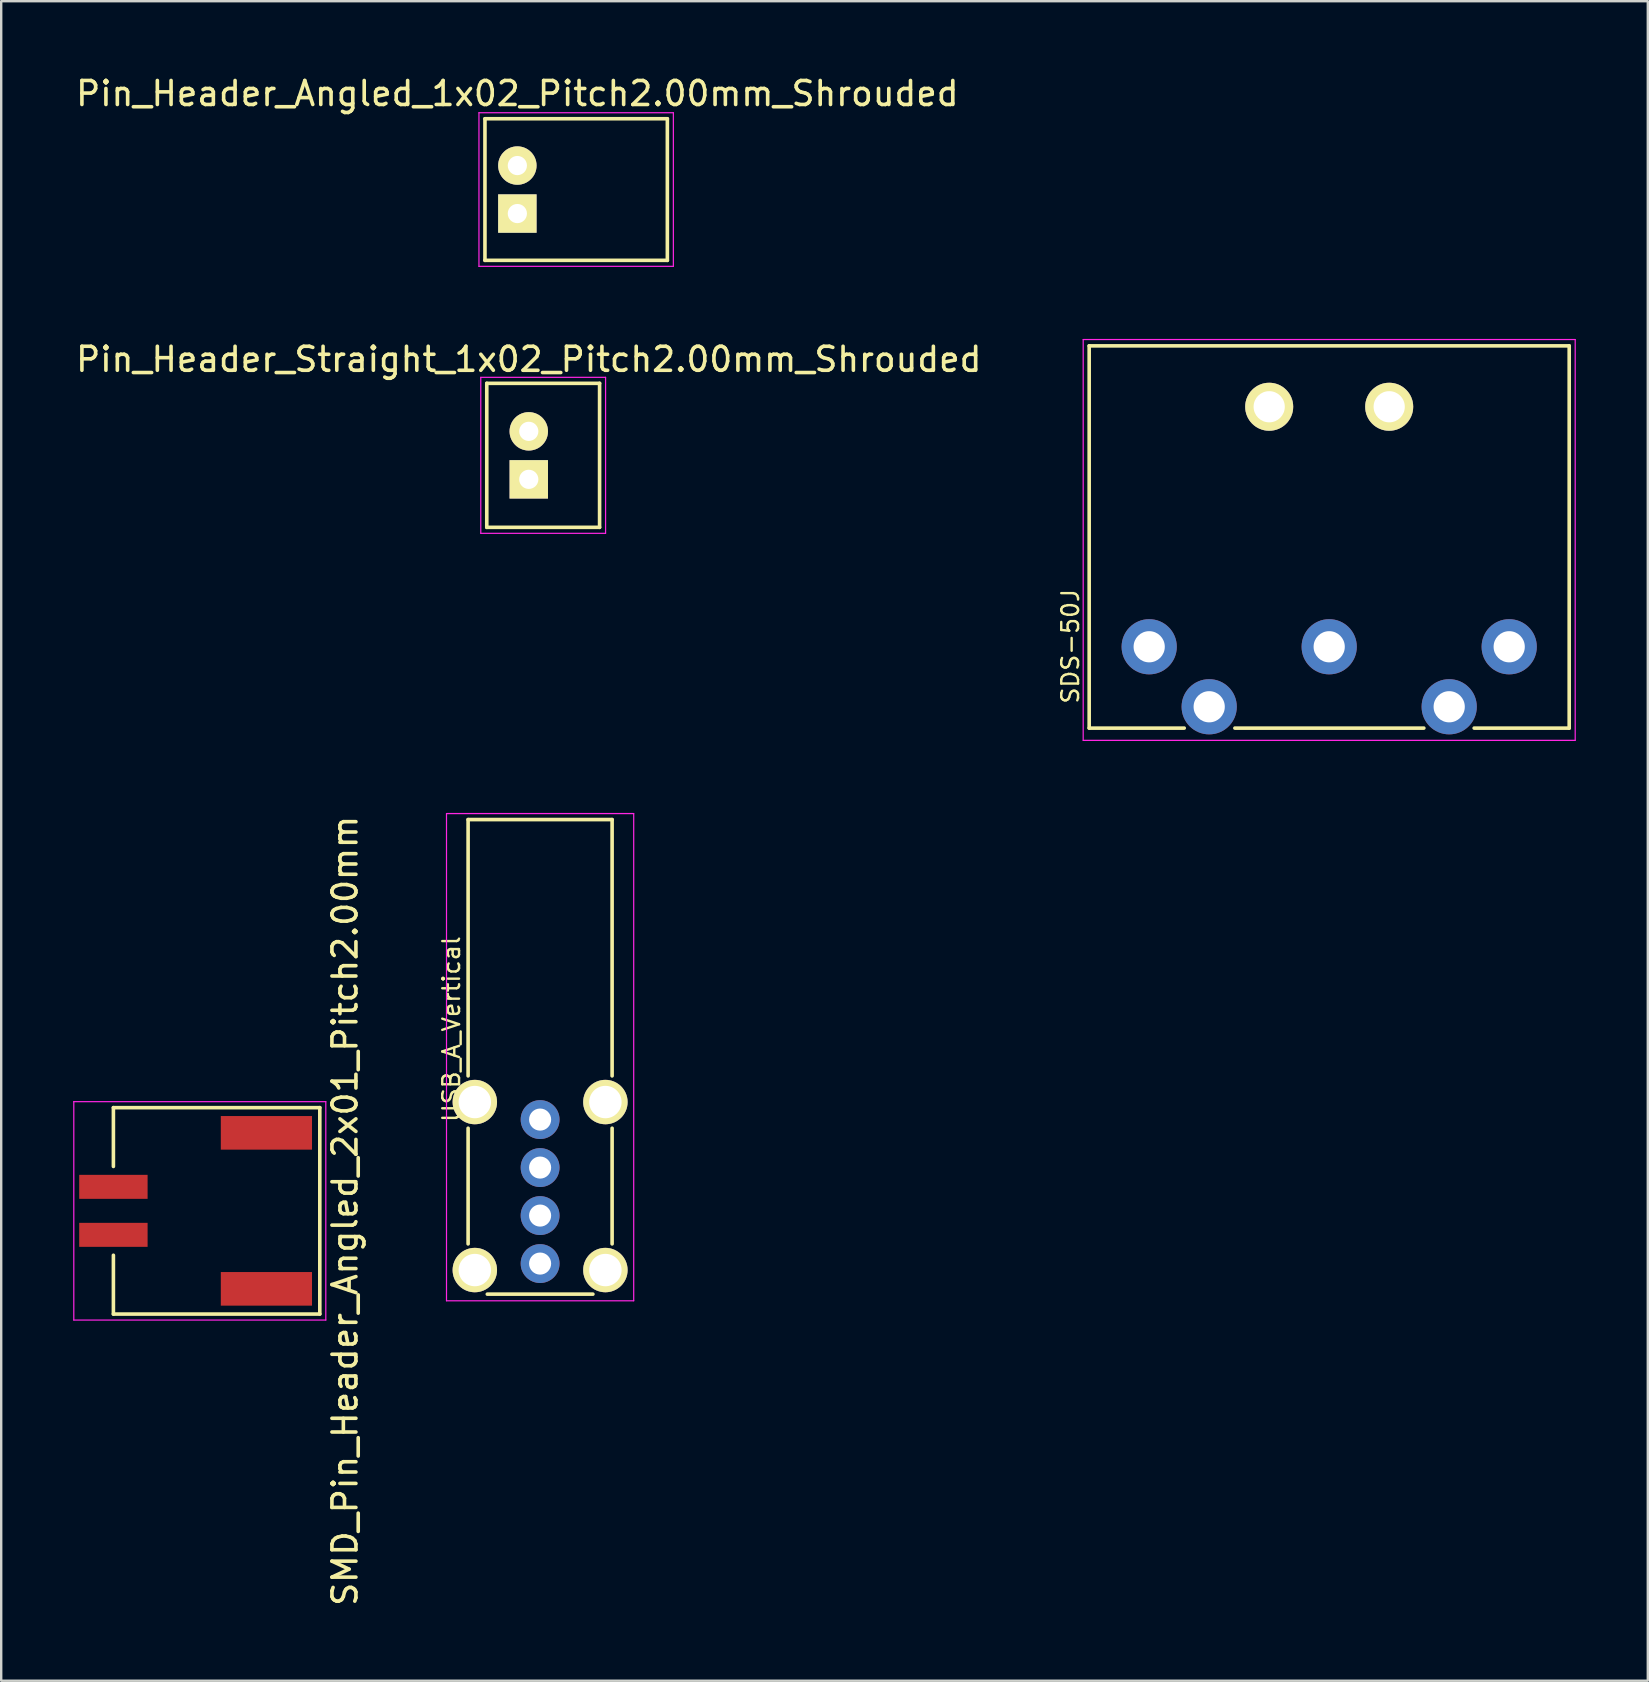
<source format=kicad_pcb>
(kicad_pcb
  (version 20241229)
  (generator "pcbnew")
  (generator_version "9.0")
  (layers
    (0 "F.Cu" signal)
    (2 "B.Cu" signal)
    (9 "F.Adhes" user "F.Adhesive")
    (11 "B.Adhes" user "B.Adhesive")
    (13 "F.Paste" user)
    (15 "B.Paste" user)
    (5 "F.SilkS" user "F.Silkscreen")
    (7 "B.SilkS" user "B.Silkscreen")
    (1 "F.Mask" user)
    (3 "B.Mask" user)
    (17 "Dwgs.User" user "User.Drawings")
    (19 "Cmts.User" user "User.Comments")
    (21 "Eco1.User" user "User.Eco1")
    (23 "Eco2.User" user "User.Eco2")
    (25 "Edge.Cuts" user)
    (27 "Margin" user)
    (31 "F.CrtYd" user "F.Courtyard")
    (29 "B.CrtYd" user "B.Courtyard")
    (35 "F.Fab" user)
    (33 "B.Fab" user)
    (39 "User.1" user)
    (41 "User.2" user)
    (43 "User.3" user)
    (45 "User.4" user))
  (footprint "Pin_Header_Straight_1x02_Pitch2.00mm_Shrouded"
    (layer "F.Cu")
    (at 18.982 16.922)
    (property "Reference" "Pin_Header_Straight_1x02_Pitch2.00mm_Shrouded" (at 0 -5 0) (layer "F.SilkS") (effects (font (size 1 1) (thickness 0.15))))
    (attr through_hole)
    (fp_line (start -1.75 -4) (end -1.75 2) (stroke (width 0.15) (type solid)) (layer "F.SilkS"))
    (fp_line (start -1.75 -4) (end 2.95 -4) (stroke (width 0.15) (type solid)) (layer "F.SilkS"))
    (fp_line (start -1.75 2) (end 2.95 2) (stroke (width 0.15) (type solid)) (layer "F.SilkS"))
    (fp_line (start 2.95 -4) (end 2.95 2) (stroke (width 0.15) (type solid)) (layer "F.SilkS"))
    (fp_line (start -2 -4.25) (end -2 2.25) (stroke (width 0.05) (type solid)) (layer "F.CrtYd"))
    (fp_line (start -2 -4.25) (end 3.2 -4.25) (stroke (width 0.05) (type solid)) (layer "F.CrtYd"))
    (fp_line (start -2 2.25) (end 3.2 2.25) (stroke (width 0.05) (type solid)) (layer "F.CrtYd"))
    (fp_line (start 3.2 -4.25) (end 3.2 2.25) (stroke (width 0.05) (type solid)) (layer "F.CrtYd"))
    (pad "1" thru_hole rect (at 0 0) (size 1.6 1.6) (drill 0.8) (layers "*.Cu" "*.Mask" "F.SilkS"))
    (pad "2" thru_hole oval (at 0 -2) (size 1.6 1.6) (drill 0.8) (layers "*.Cu" "*.Mask" "F.SilkS")))
  (footprint "SMD_Pin_Header_Angled_2x01_Pitch2.00mm"
    (layer "F.Cu")
    (at 5.975 47.401)
    (property "Reference" "SMD_Pin_Header_Angled_2x01_Pitch2.00mm" (at 5.35 0 90) (layer "F.SilkS") (effects (font (size 1 1) (thickness 0.15))))
    (attr smd)
    (fp_line (start -4.3 -4.3) (end -4.3 -1.85) (stroke (width 0.15) (type solid)) (layer "F.SilkS"))
    (fp_line (start -4.3 1.85) (end -4.3 4.3) (stroke (width 0.15) (type solid)) (layer "F.SilkS"))
    (fp_line (start 4.3 -4.3) (end -4.3 -4.3) (stroke (width 0.15) (type solid)) (layer "F.SilkS"))
    (fp_line (start 4.3 -4.3) (end 4.3 4.3) (stroke (width 0.15) (type solid)) (layer "F.SilkS"))
    (fp_line (start 4.3 4.3) (end -4.3 4.3) (stroke (width 0.15) (type solid)) (layer "F.SilkS"))
    (fp_line (start -5.95 -4.55) (end -5.95 4.55) (stroke (width 0.05) (type solid)) (layer "F.CrtYd"))
    (fp_line (start -5.95 -4.55) (end 4.55 -4.55) (stroke (width 0.05) (type solid)) (layer "F.CrtYd"))
    (fp_line (start -5.95 4.55) (end 4.55 4.55) (stroke (width 0.05) (type solid)) (layer "F.CrtYd"))
    (fp_line (start 4.55 -4.55) (end 4.55 4.55) (stroke (width 0.05) (type solid)) (layer "F.CrtYd"))
    (pad "" smd rect (at 2.075 -3.25 270) (size 1.4 3.8) (layers "F.Cu" "F.Mask" "F.Paste"))
    (pad "" smd rect (at 2.075 3.25 270) (size 1.4 3.8) (layers "F.Cu" "F.Mask" "F.Paste"))
    (pad "1" smd rect (at -4.3 -1 270) (size 1 2.85) (layers "F.Cu" "F.Mask" "F.Paste"))
    (pad "2" smd rect (at -4.3 1 270) (size 1 2.85) (layers "F.Cu" "F.Mask" "F.Paste")))
  (footprint "USB_A_Vertical"
    (layer "F.Cu")
    (at 19.454 43.598)
    (property "Reference" "USB_A_Vertical" (at -3.696 -3.772 90) (layer "F.SilkS") (effects (font (size 0.7 0.7) (thickness 0.1))))
    (attr through_hole)
    (fp_line (start -3 -12.5) (end 3 -12.5) (stroke (width 0.15) (type solid)) (layer "F.SilkS"))
    (fp_line (start -3 -1.82) (end -3 -12.5) (stroke (width 0.15) (type solid)) (layer "F.SilkS"))
    (fp_line (start -3 0.36) (end -3 5.18) (stroke (width 0.15) (type solid)) (layer "F.SilkS"))
    (fp_line (start 2.2 7.274) (end -2.2 7.274) (stroke (width 0.15) (type solid)) (layer "F.SilkS"))
    (fp_line (start 3 -1.82) (end 3 -12.5) (stroke (width 0.15) (type solid)) (layer "F.SilkS"))
    (fp_line (start 3 0.36) (end 3 5.18) (stroke (width 0.15) (type solid)) (layer "F.SilkS"))
    (fp_line (start -3.9 -12.75) (end 3.9 -12.75) (stroke (width 0.05) (type solid)) (layer "F.CrtYd"))
    (fp_line (start -3.9 7.55) (end -3.9 -12.75) (stroke (width 0.05) (type solid)) (layer "F.CrtYd"))
    (fp_line (start 3.9 -12.75) (end 3.9 7.55) (stroke (width 0.05) (type solid)) (layer "F.CrtYd"))
    (fp_line (start 3.9 7.55) (end -3.9 7.55) (stroke (width 0.05) (type solid)) (layer "F.CrtYd"))
    (pad "1" thru_hole circle (at 0 0) (size 1.62 1.62) (drill 0.92) (layers "*.Cu" "*.Mask"))
    (pad "2" thru_hole circle (at 0 2) (size 1.62 1.62) (drill 0.92) (layers "*.Cu" "*.Mask"))
    (pad "3" thru_hole circle (at 0 4) (size 1.62 1.62) (drill 0.92) (layers "*.Cu" "*.Mask"))
    (pad "4" thru_hole circle (at 0 6) (size 1.62 1.62) (drill 0.92) (layers "*.Cu" "*.Mask"))
    (pad "5" thru_hole circle (at -2.72 -0.73) (size 1.85 1.85) (drill 1.35) (layers "*.Cu" "*.Mask" "F.SilkS"))
    (pad "5" thru_hole circle (at -2.72 6.27) (size 1.85 1.85) (drill 1.35) (layers "*.Cu" "*.Mask" "F.SilkS"))
    (pad "5" thru_hole circle (at 2.72 -0.73) (size 1.85 1.85) (drill 1.35) (layers "*.Cu" "*.Mask" "F.SilkS"))
    (pad "5" thru_hole circle (at 2.72 6.27) (size 1.85 1.85) (drill 1.35) (layers "*.Cu" "*.Mask" "F.SilkS")))
  (footprint "SDS-50J"
    (layer "F.Cu")
    (at 44.832 23.898)
    (property "Reference" "SDS-50J" (at -3.283 -0.018 90) (layer "F.SilkS") (effects (font (size 0.7 0.7) (thickness 0.1))))
    (attr through_hole)
    (fp_line (start -2.5 3.389) (end -2.5 -12.538) (stroke (width 0.15) (type solid)) (layer "F.SilkS"))
    (fp_line (start 1.46 3.389) (end -2.5 3.389) (stroke (width 0.15) (type solid)) (layer "F.SilkS"))
    (fp_line (start 11.444 3.389) (end 3.57 3.389) (stroke (width 0.15) (type solid)) (layer "F.SilkS"))
    (fp_line (start 17.5 -12.538) (end -2.5 -12.538) (stroke (width 0.15) (type solid)) (layer "F.SilkS"))
    (fp_line (start 17.5 3.389) (end 13.54 3.389) (stroke (width 0.15) (type solid)) (layer "F.SilkS"))
    (fp_line (start 17.5 3.389) (end 17.5 -12.538) (stroke (width 0.15) (type solid)) (layer "F.SilkS"))
    (fp_line (start -2.75 -12.8) (end -2.75 3.9) (stroke (width 0.05) (type solid)) (layer "F.CrtYd"))
    (fp_line (start 17.75 -12.8) (end -2.75 -12.8) (stroke (width 0.05) (type solid)) (layer "F.CrtYd"))
    (fp_line (start 17.75 3.9) (end -2.75 3.9) (stroke (width 0.05) (type solid)) (layer "F.CrtYd"))
    (fp_line (start 17.75 3.9) (end 17.75 -12.8) (stroke (width 0.05) (type solid)) (layer "F.CrtYd"))
    (pad "" thru_hole circle (at 5 -10) (size 2 2) (drill 1.3) (layers "*.Cu" "*.Mask" "F.SilkS"))
    (pad "" thru_hole circle (at 10 -10) (size 2 2) (drill 1.3) (layers "*.Cu" "*.Mask" "F.SilkS"))
    (pad "1" thru_hole circle (at 0 0) (size 2.3 2.3) (drill 1.3) (layers "*.Cu" "*.Mask"))
    (pad "2" thru_hole circle (at 7.5 0) (size 2.3 2.3) (drill 1.3) (layers "*.Cu" "*.Mask"))
    (pad "3" thru_hole circle (at 15 0) (size 2.3 2.3) (drill 1.3) (layers "*.Cu" "*.Mask"))
    (pad "4" thru_hole circle (at 2.5 2.5) (size 2.3 2.3) (drill 1.3) (layers "*.Cu" "*.Mask"))
    (pad "5" thru_hole circle (at 12.5 2.5) (size 2.3 2.3) (drill 1.3) (layers "*.Cu" "*.Mask")))
  (footprint "Pin_Header_Angled_1x02_Pitch2.00mm_Shrouded"
    (layer "F.Cu")
    (at 18.506 5.848)
    (property "Reference" "Pin_Header_Angled_1x02_Pitch2.00mm_Shrouded" (at 0 -5 0) (layer "F.SilkS") (effects (font (size 1 1) (thickness 0.15))))
    (attr through_hole)
    (fp_line (start -1.35 -3.95) (end -1.35 1.95) (stroke (width 0.15) (type solid)) (layer "F.SilkS"))
    (fp_line (start -1.35 -3.95) (end 6.25 -3.95) (stroke (width 0.15) (type solid)) (layer "F.SilkS"))
    (fp_line (start -1.35 1.95) (end 6.25 1.95) (stroke (width 0.15) (type solid)) (layer "F.SilkS"))
    (fp_line (start 6.25 -3.95) (end 6.25 1.95) (stroke (width 0.15) (type solid)) (layer "F.SilkS"))
    (fp_line (start -1.6 -4.2) (end -1.6 2.2) (stroke (width 0.05) (type solid)) (layer "F.CrtYd"))
    (fp_line (start -1.6 -4.2) (end 6.5 -4.2) (stroke (width 0.05) (type solid)) (layer "F.CrtYd"))
    (fp_line (start -1.6 2.2) (end 6.5 2.2) (stroke (width 0.05) (type solid)) (layer "F.CrtYd"))
    (fp_line (start 6.5 -4.2) (end 6.5 2.2) (stroke (width 0.05) (type solid)) (layer "F.CrtYd"))
    (pad "1" thru_hole rect (at 0 0) (size 1.6 1.6) (drill 0.8) (layers "*.Cu" "*.Mask" "F.SilkS"))
    (pad "2" thru_hole oval (at 0 -2) (size 1.6 1.6) (drill 0.8) (layers "*.Cu" "*.Mask" "F.SilkS")))
  (gr_rect
    (start -3 -3)
    (end 65.607 66.978)
    (stroke (width 0.1) (type default))
    (fill no)
    (layer "Edge.Cuts")))
</source>
